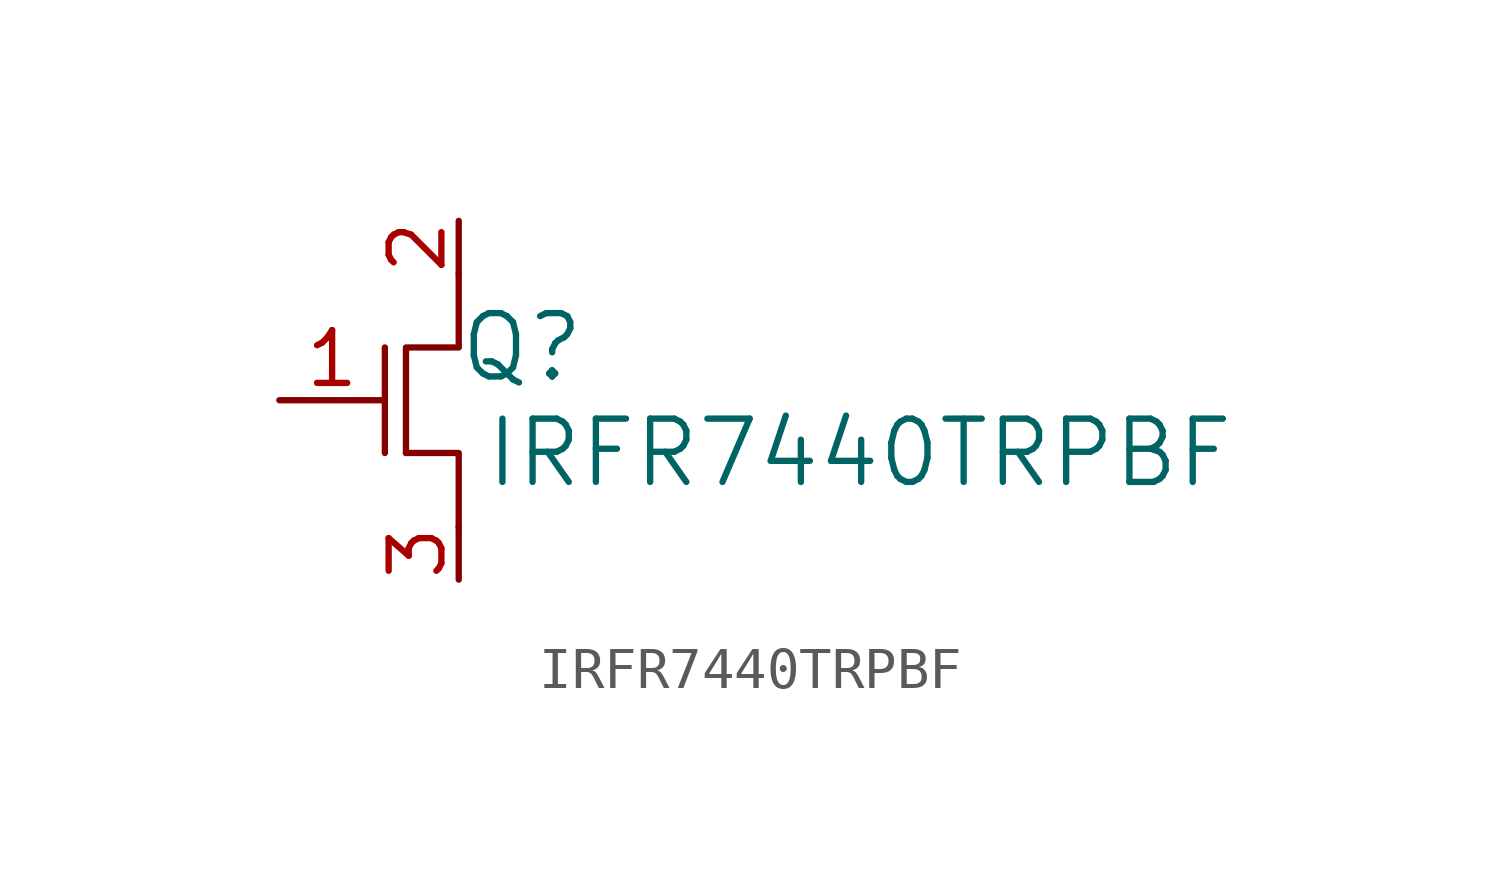
<source format=kicad_sym>
(kicad_symbol_lib
  (version 20220914)
  (generator kicad_symbol_editor)
  (symbol "IRFR7440TRPBF"
    (pin_names
      (offset 0.254) hide)
    (property "Reference" "Q"
      (at 2.794 1.27 0)
      (effects (font (size 1.524 1.524))))
    (property "Value" "IRFR7440TRPBF"
      (at 10.922 -1.27 0)
      (effects (font (size 1.524 1.524))))
    (symbol "IRFR7440TRPBF_1_1"
      (polyline (pts (xy -0.508 1.27) (xy -0.508 -1.27)) (stroke (width 0) (type default)) (fill (type none)))
      (polyline (pts (xy 0 -1.27) (xy 1.27 -1.27) (xy 1.27 -3.048)) (stroke (width 0) (type default)) (fill (type none)))
      (polyline (pts (xy 0 -1.27) (xy 0 1.27) (xy 1.27 1.27) (xy 1.27 3.048)) (stroke (width 0) (type default)) (fill (type none)))
      (pin input line (at -3.048 0 0) (length 2.54) (name "G" (effects (font (size 1.27 1.27)))) (number "1" (effects (font (size 1.27 1.27)))))
      (pin input line (at 1.27 4.318 270) (length 1.27) (name "S" (effects (font (size 1.27 1.27)))) (number "2" (effects (font (size 1.27 1.27)))))
      (pin output line (at 1.27 -4.318 90) (length 1.27) (name "D" (effects (font (size 1.27 1.27)))) (number "3" (effects (font (size 1.27 1.27))))))))
</source>
